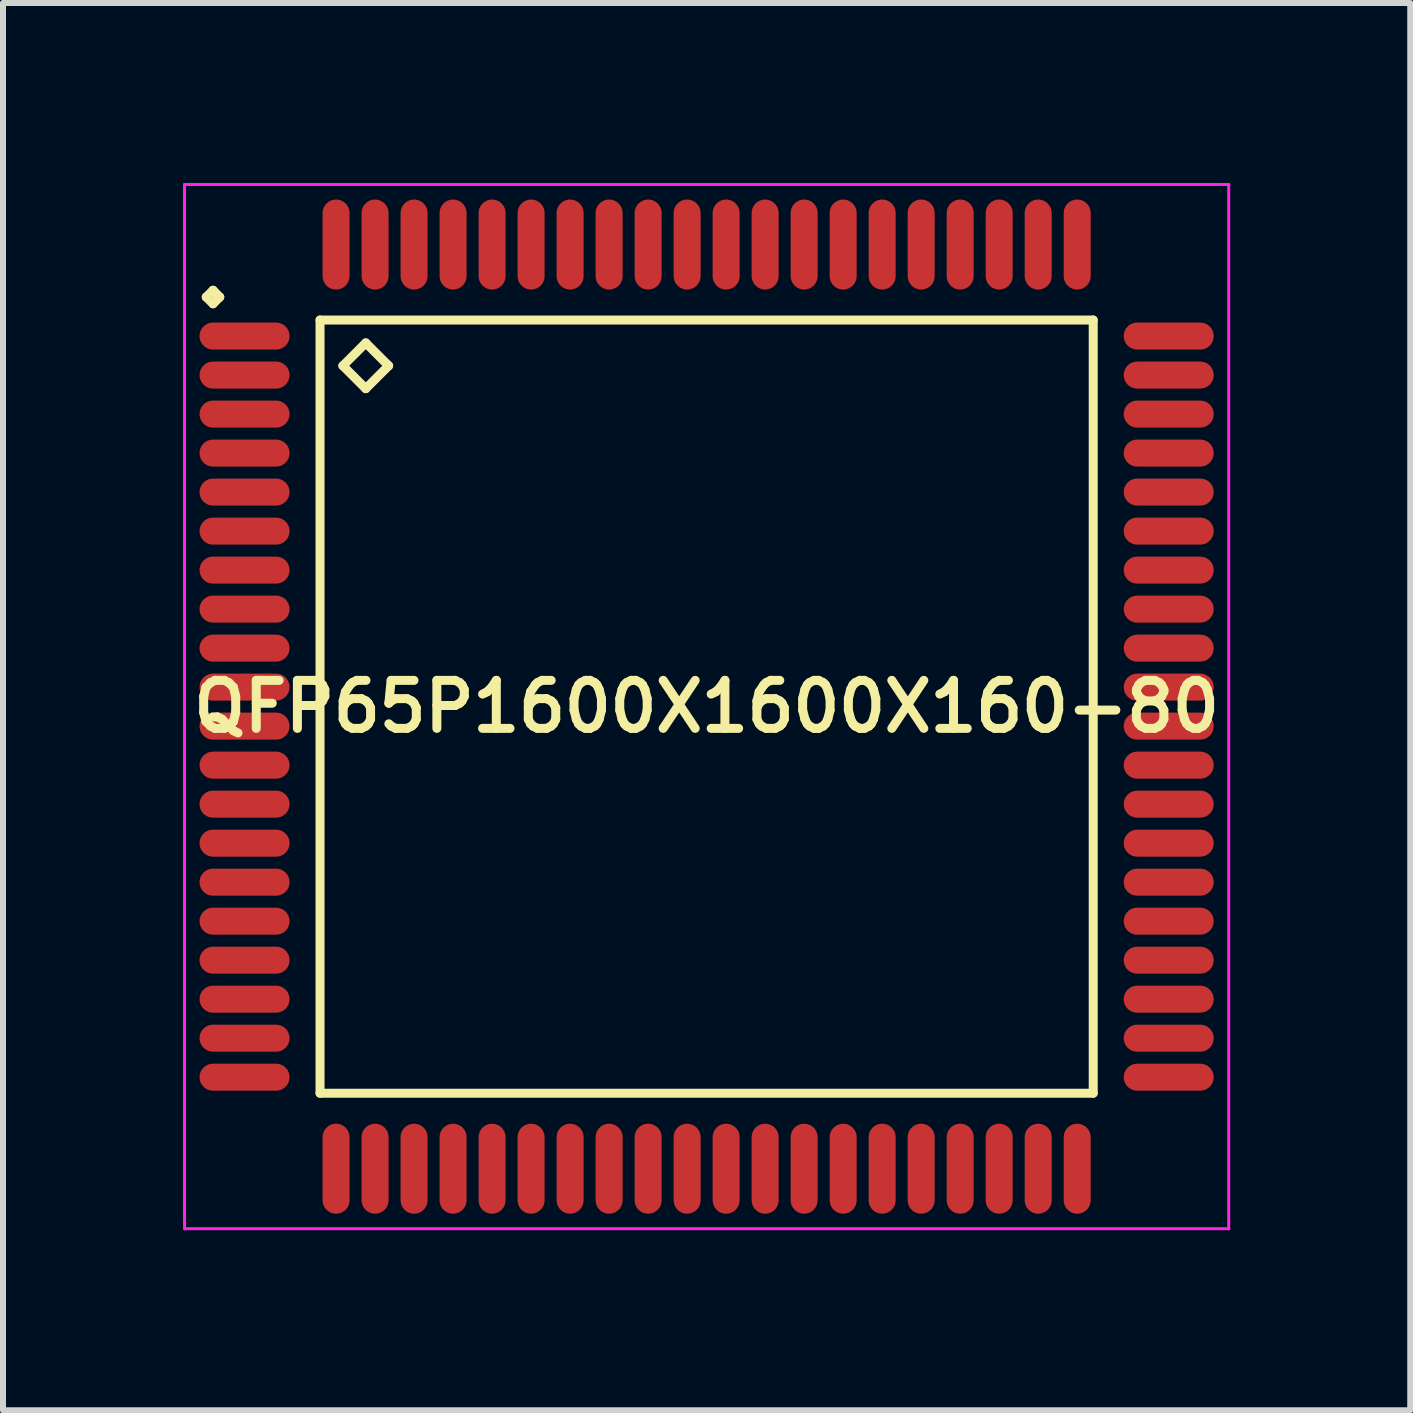
<source format=kicad_pcb>
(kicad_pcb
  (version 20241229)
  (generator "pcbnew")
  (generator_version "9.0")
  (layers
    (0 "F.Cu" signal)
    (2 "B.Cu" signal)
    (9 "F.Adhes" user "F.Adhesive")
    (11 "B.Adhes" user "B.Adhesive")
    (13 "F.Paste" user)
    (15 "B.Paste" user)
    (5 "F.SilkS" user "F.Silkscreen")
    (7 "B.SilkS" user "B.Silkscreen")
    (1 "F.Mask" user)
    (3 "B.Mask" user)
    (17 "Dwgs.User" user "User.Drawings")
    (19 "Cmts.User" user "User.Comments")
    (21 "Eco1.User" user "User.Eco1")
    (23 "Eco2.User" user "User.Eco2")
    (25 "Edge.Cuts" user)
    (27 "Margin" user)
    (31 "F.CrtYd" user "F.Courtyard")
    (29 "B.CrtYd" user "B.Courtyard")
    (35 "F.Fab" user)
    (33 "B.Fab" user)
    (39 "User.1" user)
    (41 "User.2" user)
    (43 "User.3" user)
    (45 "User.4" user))
  (footprint "QFP65P1600X1600X160-80"
    (layer "F.Cu")
    (at 8.725 8.725)
    (property "Reference" "QFP65P1600X1600X160-80" (at 0 0 0) (layer "F.SilkS") (effects (font (size 0.8 0.8) (thickness 0.15))))
    (attr smd)
    (fp_line (start -8.338 -6.825) (end -8.225 -6.938) (stroke (width 0.15) (type solid)) (layer "F.SilkS"))
    (fp_line (start -8.225 -6.938) (end -8.113 -6.825) (stroke (width 0.15) (type solid)) (layer "F.SilkS"))
    (fp_line (start -8.225 -6.713) (end -8.338 -6.825) (stroke (width 0.15) (type solid)) (layer "F.SilkS"))
    (fp_line (start -8.113 -6.825) (end -8.225 -6.713) (stroke (width 0.15) (type solid)) (layer "F.SilkS"))
    (fp_line (start -6.442 -6.442) (end -6.442 6.442) (stroke (width 0.15) (type solid)) (layer "F.SilkS"))
    (fp_line (start -6.442 6.442) (end 6.442 6.442) (stroke (width 0.15) (type solid)) (layer "F.SilkS"))
    (fp_line (start -6.061 -5.68) (end -5.68 -6.061) (stroke (width 0.15) (type solid)) (layer "F.SilkS"))
    (fp_line (start -5.68 -6.061) (end -5.299 -5.68) (stroke (width 0.15) (type solid)) (layer "F.SilkS"))
    (fp_line (start -5.68 -5.299) (end -6.061 -5.68) (stroke (width 0.15) (type solid)) (layer "F.SilkS"))
    (fp_line (start -5.299 -5.68) (end -5.68 -5.299) (stroke (width 0.15) (type solid)) (layer "F.SilkS"))
    (fp_line (start 6.442 -6.442) (end -6.442 -6.442) (stroke (width 0.15) (type solid)) (layer "F.SilkS"))
    (fp_line (start 6.442 6.442) (end 6.442 -6.442) (stroke (width 0.15) (type solid)) (layer "F.SilkS"))
    (fp_line (start -8.7 -8.7) (end 8.7 -8.7) (stroke (width 0.05) (type solid)) (layer "F.CrtYd"))
    (fp_line (start -8.7 8.7) (end -8.7 -8.7) (stroke (width 0.05) (type solid)) (layer "F.CrtYd"))
    (fp_line (start 8.7 -8.7) (end 8.7 8.7) (stroke (width 0.05) (type solid)) (layer "F.CrtYd"))
    (fp_line (start 8.7 8.7) (end -8.7 8.7) (stroke (width 0.05) (type solid)) (layer "F.CrtYd"))
    (pad "1" smd oval (at -7.7 -6.175) (size 1.5 0.45) (layers "F.Cu" "F.Mask" "F.Paste"))
    (pad "2" smd oval (at -7.7 -5.525) (size 1.5 0.45) (layers "F.Cu" "F.Mask" "F.Paste"))
    (pad "3" smd oval (at -7.7 -4.875) (size 1.5 0.45) (layers "F.Cu" "F.Mask" "F.Paste"))
    (pad "4" smd oval (at -7.7 -4.225) (size 1.5 0.45) (layers "F.Cu" "F.Mask" "F.Paste"))
    (pad "5" smd oval (at -7.7 -3.575) (size 1.5 0.45) (layers "F.Cu" "F.Mask" "F.Paste"))
    (pad "6" smd oval (at -7.7 -2.925) (size 1.5 0.45) (layers "F.Cu" "F.Mask" "F.Paste"))
    (pad "7" smd oval (at -7.7 -2.275) (size 1.5 0.45) (layers "F.Cu" "F.Mask" "F.Paste"))
    (pad "8" smd oval (at -7.7 -1.625) (size 1.5 0.45) (layers "F.Cu" "F.Mask" "F.Paste"))
    (pad "9" smd oval (at -7.7 -0.975) (size 1.5 0.45) (layers "F.Cu" "F.Mask" "F.Paste"))
    (pad "10" smd oval (at -7.7 -0.325) (size 1.5 0.45) (layers "F.Cu" "F.Mask" "F.Paste"))
    (pad "11" smd oval (at -7.7 0.325) (size 1.5 0.45) (layers "F.Cu" "F.Mask" "F.Paste"))
    (pad "12" smd oval (at -7.7 0.975) (size 1.5 0.45) (layers "F.Cu" "F.Mask" "F.Paste"))
    (pad "13" smd oval (at -7.7 1.625) (size 1.5 0.45) (layers "F.Cu" "F.Mask" "F.Paste"))
    (pad "14" smd oval (at -7.7 2.275) (size 1.5 0.45) (layers "F.Cu" "F.Mask" "F.Paste"))
    (pad "15" smd oval (at -7.7 2.925) (size 1.5 0.45) (layers "F.Cu" "F.Mask" "F.Paste"))
    (pad "16" smd oval (at -7.7 3.575) (size 1.5 0.45) (layers "F.Cu" "F.Mask" "F.Paste"))
    (pad "17" smd oval (at -7.7 4.225) (size 1.5 0.45) (layers "F.Cu" "F.Mask" "F.Paste"))
    (pad "18" smd oval (at -7.7 4.875) (size 1.5 0.45) (layers "F.Cu" "F.Mask" "F.Paste"))
    (pad "19" smd oval (at -7.7 5.525) (size 1.5 0.45) (layers "F.Cu" "F.Mask" "F.Paste"))
    (pad "20" smd oval (at -7.7 6.175) (size 1.5 0.45) (layers "F.Cu" "F.Mask" "F.Paste"))
    (pad "21" smd oval (at -6.175 7.7) (size 0.45 1.5) (layers "F.Cu" "F.Mask" "F.Paste"))
    (pad "22" smd oval (at -5.525 7.7) (size 0.45 1.5) (layers "F.Cu" "F.Mask" "F.Paste"))
    (pad "23" smd oval (at -4.875 7.7) (size 0.45 1.5) (layers "F.Cu" "F.Mask" "F.Paste"))
    (pad "24" smd oval (at -4.225 7.7) (size 0.45 1.5) (layers "F.Cu" "F.Mask" "F.Paste"))
    (pad "25" smd oval (at -3.575 7.7) (size 0.45 1.5) (layers "F.Cu" "F.Mask" "F.Paste"))
    (pad "26" smd oval (at -2.925 7.7) (size 0.45 1.5) (layers "F.Cu" "F.Mask" "F.Paste"))
    (pad "27" smd oval (at -2.275 7.7) (size 0.45 1.5) (layers "F.Cu" "F.Mask" "F.Paste"))
    (pad "28" smd oval (at -1.625 7.7) (size 0.45 1.5) (layers "F.Cu" "F.Mask" "F.Paste"))
    (pad "29" smd oval (at -0.975 7.7) (size 0.45 1.5) (layers "F.Cu" "F.Mask" "F.Paste"))
    (pad "30" smd oval (at -0.325 7.7) (size 0.45 1.5) (layers "F.Cu" "F.Mask" "F.Paste"))
    (pad "31" smd oval (at 0.325 7.7) (size 0.45 1.5) (layers "F.Cu" "F.Mask" "F.Paste"))
    (pad "32" smd oval (at 0.975 7.7) (size 0.45 1.5) (layers "F.Cu" "F.Mask" "F.Paste"))
    (pad "33" smd oval (at 1.625 7.7) (size 0.45 1.5) (layers "F.Cu" "F.Mask" "F.Paste"))
    (pad "34" smd oval (at 2.275 7.7) (size 0.45 1.5) (layers "F.Cu" "F.Mask" "F.Paste"))
    (pad "35" smd oval (at 2.925 7.7) (size 0.45 1.5) (layers "F.Cu" "F.Mask" "F.Paste"))
    (pad "36" smd oval (at 3.575 7.7) (size 0.45 1.5) (layers "F.Cu" "F.Mask" "F.Paste"))
    (pad "37" smd oval (at 4.225 7.7) (size 0.45 1.5) (layers "F.Cu" "F.Mask" "F.Paste"))
    (pad "38" smd oval (at 4.875 7.7) (size 0.45 1.5) (layers "F.Cu" "F.Mask" "F.Paste"))
    (pad "39" smd oval (at 5.525 7.7) (size 0.45 1.5) (layers "F.Cu" "F.Mask" "F.Paste"))
    (pad "40" smd oval (at 6.175 7.7) (size 0.45 1.5) (layers "F.Cu" "F.Mask" "F.Paste"))
    (pad "41" smd oval (at 7.7 6.175) (size 1.5 0.45) (layers "F.Cu" "F.Mask" "F.Paste"))
    (pad "42" smd oval (at 7.7 5.525) (size 1.5 0.45) (layers "F.Cu" "F.Mask" "F.Paste"))
    (pad "43" smd oval (at 7.7 4.875) (size 1.5 0.45) (layers "F.Cu" "F.Mask" "F.Paste"))
    (pad "44" smd oval (at 7.7 4.225) (size 1.5 0.45) (layers "F.Cu" "F.Mask" "F.Paste"))
    (pad "45" smd oval (at 7.7 3.575) (size 1.5 0.45) (layers "F.Cu" "F.Mask" "F.Paste"))
    (pad "46" smd oval (at 7.7 2.925) (size 1.5 0.45) (layers "F.Cu" "F.Mask" "F.Paste"))
    (pad "47" smd oval (at 7.7 2.275) (size 1.5 0.45) (layers "F.Cu" "F.Mask" "F.Paste"))
    (pad "48" smd oval (at 7.7 1.625) (size 1.5 0.45) (layers "F.Cu" "F.Mask" "F.Paste"))
    (pad "49" smd oval (at 7.7 0.975) (size 1.5 0.45) (layers "F.Cu" "F.Mask" "F.Paste"))
    (pad "50" smd oval (at 7.7 0.325) (size 1.5 0.45) (layers "F.Cu" "F.Mask" "F.Paste"))
    (pad "51" smd oval (at 7.7 -0.325) (size 1.5 0.45) (layers "F.Cu" "F.Mask" "F.Paste"))
    (pad "52" smd oval (at 7.7 -0.975) (size 1.5 0.45) (layers "F.Cu" "F.Mask" "F.Paste"))
    (pad "53" smd oval (at 7.7 -1.625) (size 1.5 0.45) (layers "F.Cu" "F.Mask" "F.Paste"))
    (pad "54" smd oval (at 7.7 -2.275) (size 1.5 0.45) (layers "F.Cu" "F.Mask" "F.Paste"))
    (pad "55" smd oval (at 7.7 -2.925) (size 1.5 0.45) (layers "F.Cu" "F.Mask" "F.Paste"))
    (pad "56" smd oval (at 7.7 -3.575) (size 1.5 0.45) (layers "F.Cu" "F.Mask" "F.Paste"))
    (pad "57" smd oval (at 7.7 -4.225) (size 1.5 0.45) (layers "F.Cu" "F.Mask" "F.Paste"))
    (pad "58" smd oval (at 7.7 -4.875) (size 1.5 0.45) (layers "F.Cu" "F.Mask" "F.Paste"))
    (pad "59" smd oval (at 7.7 -5.525) (size 1.5 0.45) (layers "F.Cu" "F.Mask" "F.Paste"))
    (pad "60" smd oval (at 7.7 -6.175) (size 1.5 0.45) (layers "F.Cu" "F.Mask" "F.Paste"))
    (pad "61" smd oval (at 6.175 -7.7) (size 0.45 1.5) (layers "F.Cu" "F.Mask" "F.Paste"))
    (pad "62" smd oval (at 5.525 -7.7) (size 0.45 1.5) (layers "F.Cu" "F.Mask" "F.Paste"))
    (pad "63" smd oval (at 4.875 -7.7) (size 0.45 1.5) (layers "F.Cu" "F.Mask" "F.Paste"))
    (pad "64" smd oval (at 4.225 -7.7) (size 0.45 1.5) (layers "F.Cu" "F.Mask" "F.Paste"))
    (pad "65" smd oval (at 3.575 -7.7) (size 0.45 1.5) (layers "F.Cu" "F.Mask" "F.Paste"))
    (pad "66" smd oval (at 2.925 -7.7) (size 0.45 1.5) (layers "F.Cu" "F.Mask" "F.Paste"))
    (pad "67" smd oval (at 2.275 -7.7) (size 0.45 1.5) (layers "F.Cu" "F.Mask" "F.Paste"))
    (pad "68" smd oval (at 1.625 -7.7) (size 0.45 1.5) (layers "F.Cu" "F.Mask" "F.Paste"))
    (pad "69" smd oval (at 0.975 -7.7) (size 0.45 1.5) (layers "F.Cu" "F.Mask" "F.Paste"))
    (pad "70" smd oval (at 0.325 -7.7) (size 0.45 1.5) (layers "F.Cu" "F.Mask" "F.Paste"))
    (pad "71" smd oval (at -0.325 -7.7) (size 0.45 1.5) (layers "F.Cu" "F.Mask" "F.Paste"))
    (pad "72" smd oval (at -0.975 -7.7) (size 0.45 1.5) (layers "F.Cu" "F.Mask" "F.Paste"))
    (pad "73" smd oval (at -1.625 -7.7) (size 0.45 1.5) (layers "F.Cu" "F.Mask" "F.Paste"))
    (pad "74" smd oval (at -2.275 -7.7) (size 0.45 1.5) (layers "F.Cu" "F.Mask" "F.Paste"))
    (pad "75" smd oval (at -2.925 -7.7) (size 0.45 1.5) (layers "F.Cu" "F.Mask" "F.Paste"))
    (pad "76" smd oval (at -3.575 -7.7) (size 0.45 1.5) (layers "F.Cu" "F.Mask" "F.Paste"))
    (pad "77" smd oval (at -4.225 -7.7) (size 0.45 1.5) (layers "F.Cu" "F.Mask" "F.Paste"))
    (pad "78" smd oval (at -4.875 -7.7) (size 0.45 1.5) (layers "F.Cu" "F.Mask" "F.Paste"))
    (pad "79" smd oval (at -5.525 -7.7) (size 0.45 1.5) (layers "F.Cu" "F.Mask" "F.Paste"))
    (pad "80" smd oval (at -6.175 -7.7) (size 0.45 1.5) (layers "F.Cu" "F.Mask" "F.Paste")))
  (gr_rect
    (start -3 -3)
    (end 20.45 20.45)
    (stroke (width 0.1) (type default))
    (fill no)
    (layer "Edge.Cuts")))
</source>
